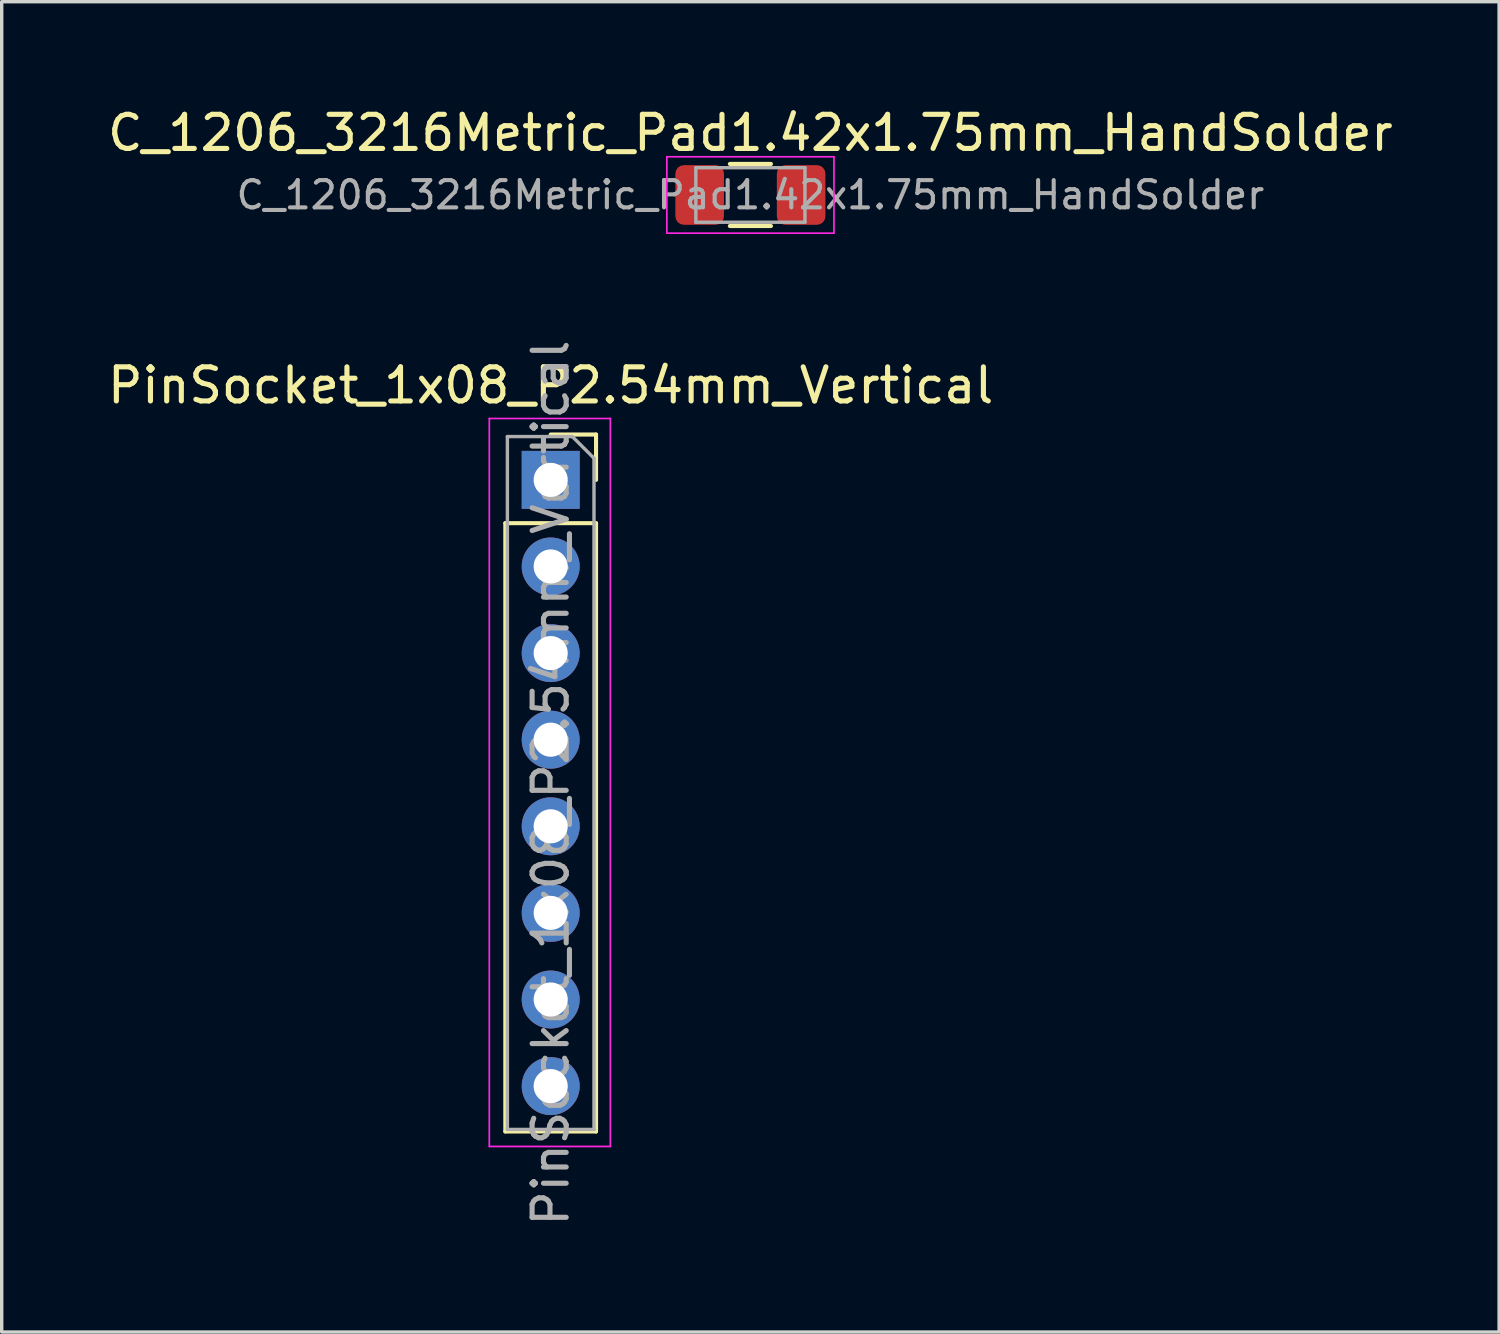
<source format=kicad_pcb>
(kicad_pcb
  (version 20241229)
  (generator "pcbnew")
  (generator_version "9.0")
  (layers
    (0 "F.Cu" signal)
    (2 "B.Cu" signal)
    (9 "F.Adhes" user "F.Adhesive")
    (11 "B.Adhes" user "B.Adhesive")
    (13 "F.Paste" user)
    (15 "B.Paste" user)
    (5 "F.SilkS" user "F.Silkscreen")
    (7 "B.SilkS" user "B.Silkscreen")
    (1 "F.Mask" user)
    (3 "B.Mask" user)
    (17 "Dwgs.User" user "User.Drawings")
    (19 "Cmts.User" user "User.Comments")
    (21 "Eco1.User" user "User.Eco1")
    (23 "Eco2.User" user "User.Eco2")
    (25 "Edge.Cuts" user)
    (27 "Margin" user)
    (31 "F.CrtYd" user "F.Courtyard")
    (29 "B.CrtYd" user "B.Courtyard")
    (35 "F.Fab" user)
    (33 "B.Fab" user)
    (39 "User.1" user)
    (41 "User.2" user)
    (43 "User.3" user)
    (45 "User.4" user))
  (footprint "PinSocket_1x08_P2.54mm_Vertical"
    (layer "F.Cu")
    (at 13.101 11.024)
    (property "Reference" "PinSocket_1x08_P2.54mm_Vertical" (at 0 -2.77 0) (layer "F.SilkS") (effects (font (size 1 1) (thickness 0.15))))
    (attr through_hole)
    (fp_line (start -1.33 1.27) (end -1.33 19.11) (stroke (width 0.12) (type solid)) (layer "F.SilkS"))
    (fp_line (start -1.33 1.27) (end 1.33 1.27) (stroke (width 0.12) (type solid)) (layer "F.SilkS"))
    (fp_line (start -1.33 19.11) (end 1.33 19.11) (stroke (width 0.12) (type solid)) (layer "F.SilkS"))
    (fp_line (start 0 -1.33) (end 1.33 -1.33) (stroke (width 0.12) (type solid)) (layer "F.SilkS"))
    (fp_line (start 1.33 -1.33) (end 1.33 0) (stroke (width 0.12) (type solid)) (layer "F.SilkS"))
    (fp_line (start 1.33 1.27) (end 1.33 19.11) (stroke (width 0.12) (type solid)) (layer "F.SilkS"))
    (fp_line (start -1.8 -1.8) (end 1.75 -1.8) (stroke (width 0.05) (type solid)) (layer "F.CrtYd"))
    (fp_line (start -1.8 19.55) (end -1.8 -1.8) (stroke (width 0.05) (type solid)) (layer "F.CrtYd"))
    (fp_line (start 1.75 -1.8) (end 1.75 19.55) (stroke (width 0.05) (type solid)) (layer "F.CrtYd"))
    (fp_line (start 1.75 19.55) (end -1.8 19.55) (stroke (width 0.05) (type solid)) (layer "F.CrtYd"))
    (fp_line (start -1.27 -1.27) (end 0.635 -1.27) (stroke (width 0.1) (type solid)) (layer "F.Fab"))
    (fp_line (start -1.27 19.05) (end -1.27 -1.27) (stroke (width 0.1) (type solid)) (layer "F.Fab"))
    (fp_line (start 0.635 -1.27) (end 1.27 -0.635) (stroke (width 0.1) (type solid)) (layer "F.Fab"))
    (fp_line (start 1.27 -0.635) (end 1.27 19.05) (stroke (width 0.1) (type solid)) (layer "F.Fab"))
    (fp_line (start 1.27 19.05) (end -1.27 19.05) (stroke (width 0.1) (type solid)) (layer "F.Fab"))
    (fp_text user "${REFERENCE}" (at 0 8.89 90) (layer "F.Fab") (effects (font (size 1 1) (thickness 0.15))))
    (pad "1" thru_hole rect (at 0 0) (size 1.7 1.7) (drill 1) (layers "*.Cu" "*.Mask"))
    (pad "2" thru_hole oval (at 0 2.54) (size 1.7 1.7) (drill 1) (layers "*.Cu" "*.Mask"))
    (pad "3" thru_hole oval (at 0 5.08) (size 1.7 1.7) (drill 1) (layers "*.Cu" "*.Mask"))
    (pad "4" thru_hole oval (at 0 7.62) (size 1.7 1.7) (drill 1) (layers "*.Cu" "*.Mask"))
    (pad "5" thru_hole oval (at 0 10.16) (size 1.7 1.7) (drill 1) (layers "*.Cu" "*.Mask"))
    (pad "6" thru_hole oval (at 0 12.7) (size 1.7 1.7) (drill 1) (layers "*.Cu" "*.Mask"))
    (pad "7" thru_hole oval (at 0 15.24) (size 1.7 1.7) (drill 1) (layers "*.Cu" "*.Mask"))
    (pad "8" thru_hole oval (at 0 17.78) (size 1.7 1.7) (drill 1) (layers "*.Cu" "*.Mask")))
  (footprint "C_1206_3216Metric_Pad1.42x1.75mm_HandSolder"
    (layer "F.Cu")
    (at 18.958 2.668)
    (property "Reference" "C_1206_3216Metric_Pad1.42x1.75mm_HandSolder" (at 0 -1.82 0) (layer "F.SilkS") (effects (font (size 1 1) (thickness 0.15))))
    (attr smd)
    (fp_line (start -0.602 -0.91) (end 0.602 -0.91) (stroke (width 0.12) (type solid)) (layer "F.SilkS"))
    (fp_line (start -0.602 0.91) (end 0.602 0.91) (stroke (width 0.12) (type solid)) (layer "F.SilkS"))
    (fp_line (start -2.45 -1.12) (end 2.45 -1.12) (stroke (width 0.05) (type solid)) (layer "F.CrtYd"))
    (fp_line (start -2.45 1.12) (end -2.45 -1.12) (stroke (width 0.05) (type solid)) (layer "F.CrtYd"))
    (fp_line (start 2.45 -1.12) (end 2.45 1.12) (stroke (width 0.05) (type solid)) (layer "F.CrtYd"))
    (fp_line (start 2.45 1.12) (end -2.45 1.12) (stroke (width 0.05) (type solid)) (layer "F.CrtYd"))
    (fp_line (start -1.6 -0.8) (end 1.6 -0.8) (stroke (width 0.1) (type solid)) (layer "F.Fab"))
    (fp_line (start -1.6 0.8) (end -1.6 -0.8) (stroke (width 0.1) (type solid)) (layer "F.Fab"))
    (fp_line (start 1.6 -0.8) (end 1.6 0.8) (stroke (width 0.1) (type solid)) (layer "F.Fab"))
    (fp_line (start 1.6 0.8) (end -1.6 0.8) (stroke (width 0.1) (type solid)) (layer "F.Fab"))
    (fp_text user "${REFERENCE}" (at 0 0 0) (layer "F.Fab") (effects (font (size 0.8 0.8) (thickness 0.12))))
    (pad "1" smd roundrect (at -1.488 0) (size 1.425 1.75) (layers "F.Cu" "F.Mask" "F.Paste") (roundrect_rratio 0.175))
    (pad "2" smd roundrect (at 1.488 0) (size 1.425 1.75) (layers "F.Cu" "F.Mask" "F.Paste") (roundrect_rratio 0.175)))
  (gr_rect
    (start -3 -3)
    (end 40.917 36.016)
    (stroke (width 0.1) (type default))
    (fill no)
    (layer "Edge.Cuts")))
</source>
